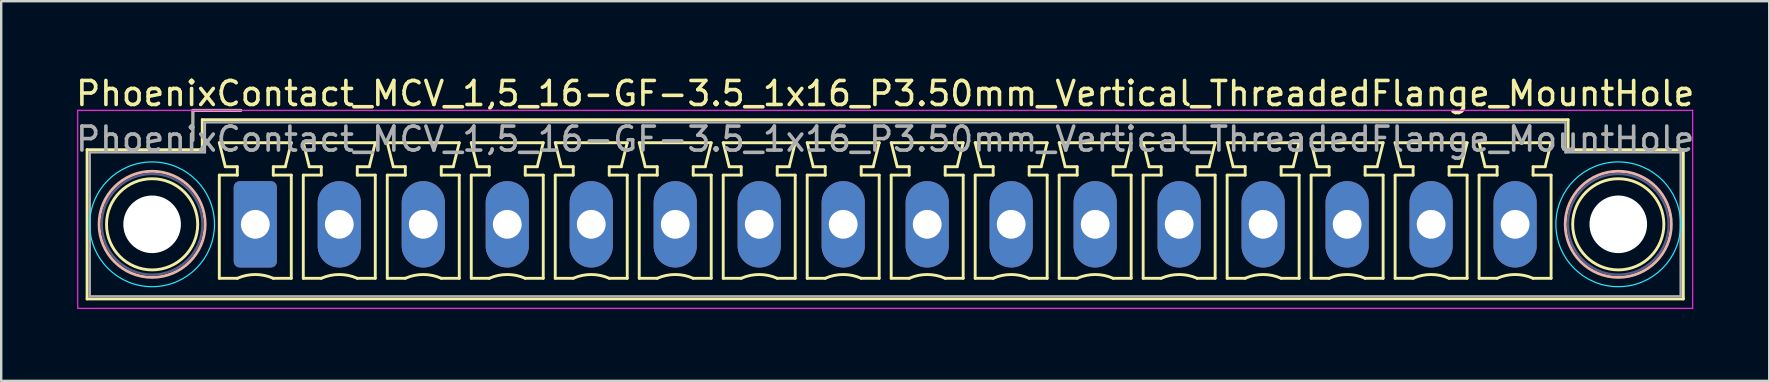
<source format=kicad_pcb>
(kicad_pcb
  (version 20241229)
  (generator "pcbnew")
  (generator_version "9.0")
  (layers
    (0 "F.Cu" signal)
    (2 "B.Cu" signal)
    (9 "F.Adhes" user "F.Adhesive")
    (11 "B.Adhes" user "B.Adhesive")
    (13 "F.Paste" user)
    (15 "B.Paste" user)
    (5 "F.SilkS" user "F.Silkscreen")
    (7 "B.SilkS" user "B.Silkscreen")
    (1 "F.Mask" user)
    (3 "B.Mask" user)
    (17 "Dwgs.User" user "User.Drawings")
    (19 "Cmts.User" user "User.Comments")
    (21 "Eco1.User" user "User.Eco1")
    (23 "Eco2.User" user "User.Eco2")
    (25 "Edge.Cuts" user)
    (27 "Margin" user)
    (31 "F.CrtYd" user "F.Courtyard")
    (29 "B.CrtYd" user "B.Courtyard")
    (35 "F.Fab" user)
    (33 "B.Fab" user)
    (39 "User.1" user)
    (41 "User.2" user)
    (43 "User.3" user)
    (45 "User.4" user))
  (footprint "PhoenixContact_MCV_1,5_16-GF-3.5_1x16_P3.50mm_Vertical_ThreadedFlange_MountHole"
    (layer "F.Cu")
    (at 7.589 6.298)
    (property "Reference" "PhoenixContact_MCV_1,5_16-GF-3.5_1x16_P3.50mm_Vertical_ThreadedFlange_MountHole" (at 26.25 -5.45 0) (layer "F.SilkS") (effects (font (size 1 1) (thickness 0.15))))
    (attr through_hole)
    (fp_line (start -7.01 -3.11) (end -7.01 3.11) (stroke (width 0.12) (type solid)) (layer "F.SilkS"))
    (fp_line (start -7.01 3.11) (end 59.51 3.11) (stroke (width 0.12) (type solid)) (layer "F.SilkS"))
    (fp_line (start -2.6 -4.75) (end -0.6 -4.75) (stroke (width 0.12) (type solid)) (layer "F.SilkS"))
    (fp_line (start -2.6 -3.5) (end -2.6 -4.75) (stroke (width 0.12) (type solid)) (layer "F.SilkS"))
    (fp_line (start -2.21 -4.36) (end -2.21 -3.11) (stroke (width 0.12) (type solid)) (layer "F.SilkS"))
    (fp_line (start -2.21 -3.11) (end -7.01 -3.11) (stroke (width 0.12) (type solid)) (layer "F.SilkS"))
    (fp_line (start -1.5 -3.4) (end 1.5 -3.4) (stroke (width 0.12) (type solid)) (layer "F.SilkS"))
    (fp_line (start -1.5 -2.05) (end -0.75 -2.05) (stroke (width 0.12) (type solid)) (layer "F.SilkS"))
    (fp_line (start -1.5 2.25) (end -1.5 -2.05) (stroke (width 0.12) (type solid)) (layer "F.SilkS"))
    (fp_line (start -1.25 -2.4) (end -1.5 -3.4) (stroke (width 0.12) (type solid)) (layer "F.SilkS"))
    (fp_line (start -0.75 -2.4) (end -1.25 -2.4) (stroke (width 0.12) (type solid)) (layer "F.SilkS"))
    (fp_line (start -0.75 -2.05) (end -0.75 -2.4) (stroke (width 0.12) (type solid)) (layer "F.SilkS"))
    (fp_line (start -0.75 2.25) (end -1.5 2.25) (stroke (width 0.12) (type solid)) (layer "F.SilkS"))
    (fp_line (start 0.75 -2.4) (end 0.75 -2.05) (stroke (width 0.12) (type solid)) (layer "F.SilkS"))
    (fp_line (start 0.75 -2.05) (end 1.5 -2.05) (stroke (width 0.12) (type solid)) (layer "F.SilkS"))
    (fp_line (start 1.25 -2.4) (end 0.75 -2.4) (stroke (width 0.12) (type solid)) (layer "F.SilkS"))
    (fp_line (start 1.5 -3.4) (end 1.25 -2.4) (stroke (width 0.12) (type solid)) (layer "F.SilkS"))
    (fp_line (start 1.5 -2.05) (end 1.5 2.25) (stroke (width 0.12) (type solid)) (layer "F.SilkS"))
    (fp_line (start 1.5 2.25) (end 0.75 2.25) (stroke (width 0.12) (type solid)) (layer "F.SilkS"))
    (fp_line (start 2 -3.4) (end 5 -3.4) (stroke (width 0.12) (type solid)) (layer "F.SilkS"))
    (fp_line (start 2 -2.05) (end 2.75 -2.05) (stroke (width 0.12) (type solid)) (layer "F.SilkS"))
    (fp_line (start 2 2.25) (end 2 -2.05) (stroke (width 0.12) (type solid)) (layer "F.SilkS"))
    (fp_line (start 2.25 -2.4) (end 2 -3.4) (stroke (width 0.12) (type solid)) (layer "F.SilkS"))
    (fp_line (start 2.75 -2.4) (end 2.25 -2.4) (stroke (width 0.12) (type solid)) (layer "F.SilkS"))
    (fp_line (start 2.75 -2.05) (end 2.75 -2.4) (stroke (width 0.12) (type solid)) (layer "F.SilkS"))
    (fp_line (start 2.75 2.25) (end 2 2.25) (stroke (width 0.12) (type solid)) (layer "F.SilkS"))
    (fp_line (start 4.25 -2.4) (end 4.25 -2.05) (stroke (width 0.12) (type solid)) (layer "F.SilkS"))
    (fp_line (start 4.25 -2.05) (end 5 -2.05) (stroke (width 0.12) (type solid)) (layer "F.SilkS"))
    (fp_line (start 4.75 -2.4) (end 4.25 -2.4) (stroke (width 0.12) (type solid)) (layer "F.SilkS"))
    (fp_line (start 5 -3.4) (end 4.75 -2.4) (stroke (width 0.12) (type solid)) (layer "F.SilkS"))
    (fp_line (start 5 -2.05) (end 5 2.25) (stroke (width 0.12) (type solid)) (layer "F.SilkS"))
    (fp_line (start 5 2.25) (end 4.25 2.25) (stroke (width 0.12) (type solid)) (layer "F.SilkS"))
    (fp_line (start 5.5 -3.4) (end 8.5 -3.4) (stroke (width 0.12) (type solid)) (layer "F.SilkS"))
    (fp_line (start 5.5 -2.05) (end 6.25 -2.05) (stroke (width 0.12) (type solid)) (layer "F.SilkS"))
    (fp_line (start 5.5 2.25) (end 5.5 -2.05) (stroke (width 0.12) (type solid)) (layer "F.SilkS"))
    (fp_line (start 5.75 -2.4) (end 5.5 -3.4) (stroke (width 0.12) (type solid)) (layer "F.SilkS"))
    (fp_line (start 6.25 -2.4) (end 5.75 -2.4) (stroke (width 0.12) (type solid)) (layer "F.SilkS"))
    (fp_line (start 6.25 -2.05) (end 6.25 -2.4) (stroke (width 0.12) (type solid)) (layer "F.SilkS"))
    (fp_line (start 6.25 2.25) (end 5.5 2.25) (stroke (width 0.12) (type solid)) (layer "F.SilkS"))
    (fp_line (start 7.75 -2.4) (end 7.75 -2.05) (stroke (width 0.12) (type solid)) (layer "F.SilkS"))
    (fp_line (start 7.75 -2.05) (end 8.5 -2.05) (stroke (width 0.12) (type solid)) (layer "F.SilkS"))
    (fp_line (start 8.25 -2.4) (end 7.75 -2.4) (stroke (width 0.12) (type solid)) (layer "F.SilkS"))
    (fp_line (start 8.5 -3.4) (end 8.25 -2.4) (stroke (width 0.12) (type solid)) (layer "F.SilkS"))
    (fp_line (start 8.5 -2.05) (end 8.5 2.25) (stroke (width 0.12) (type solid)) (layer "F.SilkS"))
    (fp_line (start 8.5 2.25) (end 7.75 2.25) (stroke (width 0.12) (type solid)) (layer "F.SilkS"))
    (fp_line (start 9 -3.4) (end 12 -3.4) (stroke (width 0.12) (type solid)) (layer "F.SilkS"))
    (fp_line (start 9 -2.05) (end 9.75 -2.05) (stroke (width 0.12) (type solid)) (layer "F.SilkS"))
    (fp_line (start 9 2.25) (end 9 -2.05) (stroke (width 0.12) (type solid)) (layer "F.SilkS"))
    (fp_line (start 9.25 -2.4) (end 9 -3.4) (stroke (width 0.12) (type solid)) (layer "F.SilkS"))
    (fp_line (start 9.75 -2.4) (end 9.25 -2.4) (stroke (width 0.12) (type solid)) (layer "F.SilkS"))
    (fp_line (start 9.75 -2.05) (end 9.75 -2.4) (stroke (width 0.12) (type solid)) (layer "F.SilkS"))
    (fp_line (start 9.75 2.25) (end 9 2.25) (stroke (width 0.12) (type solid)) (layer "F.SilkS"))
    (fp_line (start 11.25 -2.4) (end 11.25 -2.05) (stroke (width 0.12) (type solid)) (layer "F.SilkS"))
    (fp_line (start 11.25 -2.05) (end 12 -2.05) (stroke (width 0.12) (type solid)) (layer "F.SilkS"))
    (fp_line (start 11.75 -2.4) (end 11.25 -2.4) (stroke (width 0.12) (type solid)) (layer "F.SilkS"))
    (fp_line (start 12 -3.4) (end 11.75 -2.4) (stroke (width 0.12) (type solid)) (layer "F.SilkS"))
    (fp_line (start 12 -2.05) (end 12 2.25) (stroke (width 0.12) (type solid)) (layer "F.SilkS"))
    (fp_line (start 12 2.25) (end 11.25 2.25) (stroke (width 0.12) (type solid)) (layer "F.SilkS"))
    (fp_line (start 12.5 -3.4) (end 15.5 -3.4) (stroke (width 0.12) (type solid)) (layer "F.SilkS"))
    (fp_line (start 12.5 -2.05) (end 13.25 -2.05) (stroke (width 0.12) (type solid)) (layer "F.SilkS"))
    (fp_line (start 12.5 2.25) (end 12.5 -2.05) (stroke (width 0.12) (type solid)) (layer "F.SilkS"))
    (fp_line (start 12.75 -2.4) (end 12.5 -3.4) (stroke (width 0.12) (type solid)) (layer "F.SilkS"))
    (fp_line (start 13.25 -2.4) (end 12.75 -2.4) (stroke (width 0.12) (type solid)) (layer "F.SilkS"))
    (fp_line (start 13.25 -2.05) (end 13.25 -2.4) (stroke (width 0.12) (type solid)) (layer "F.SilkS"))
    (fp_line (start 13.25 2.25) (end 12.5 2.25) (stroke (width 0.12) (type solid)) (layer "F.SilkS"))
    (fp_line (start 14.75 -2.4) (end 14.75 -2.05) (stroke (width 0.12) (type solid)) (layer "F.SilkS"))
    (fp_line (start 14.75 -2.05) (end 15.5 -2.05) (stroke (width 0.12) (type solid)) (layer "F.SilkS"))
    (fp_line (start 15.25 -2.4) (end 14.75 -2.4) (stroke (width 0.12) (type solid)) (layer "F.SilkS"))
    (fp_line (start 15.5 -3.4) (end 15.25 -2.4) (stroke (width 0.12) (type solid)) (layer "F.SilkS"))
    (fp_line (start 15.5 -2.05) (end 15.5 2.25) (stroke (width 0.12) (type solid)) (layer "F.SilkS"))
    (fp_line (start 15.5 2.25) (end 14.75 2.25) (stroke (width 0.12) (type solid)) (layer "F.SilkS"))
    (fp_line (start 16 -3.4) (end 19 -3.4) (stroke (width 0.12) (type solid)) (layer "F.SilkS"))
    (fp_line (start 16 -2.05) (end 16.75 -2.05) (stroke (width 0.12) (type solid)) (layer "F.SilkS"))
    (fp_line (start 16 2.25) (end 16 -2.05) (stroke (width 0.12) (type solid)) (layer "F.SilkS"))
    (fp_line (start 16.25 -2.4) (end 16 -3.4) (stroke (width 0.12) (type solid)) (layer "F.SilkS"))
    (fp_line (start 16.75 -2.4) (end 16.25 -2.4) (stroke (width 0.12) (type solid)) (layer "F.SilkS"))
    (fp_line (start 16.75 -2.05) (end 16.75 -2.4) (stroke (width 0.12) (type solid)) (layer "F.SilkS"))
    (fp_line (start 16.75 2.25) (end 16 2.25) (stroke (width 0.12) (type solid)) (layer "F.SilkS"))
    (fp_line (start 18.25 -2.4) (end 18.25 -2.05) (stroke (width 0.12) (type solid)) (layer "F.SilkS"))
    (fp_line (start 18.25 -2.05) (end 19 -2.05) (stroke (width 0.12) (type solid)) (layer "F.SilkS"))
    (fp_line (start 18.75 -2.4) (end 18.25 -2.4) (stroke (width 0.12) (type solid)) (layer "F.SilkS"))
    (fp_line (start 19 -3.4) (end 18.75 -2.4) (stroke (width 0.12) (type solid)) (layer "F.SilkS"))
    (fp_line (start 19 -2.05) (end 19 2.25) (stroke (width 0.12) (type solid)) (layer "F.SilkS"))
    (fp_line (start 19 2.25) (end 18.25 2.25) (stroke (width 0.12) (type solid)) (layer "F.SilkS"))
    (fp_line (start 19.5 -3.4) (end 22.5 -3.4) (stroke (width 0.12) (type solid)) (layer "F.SilkS"))
    (fp_line (start 19.5 -2.05) (end 20.25 -2.05) (stroke (width 0.12) (type solid)) (layer "F.SilkS"))
    (fp_line (start 19.5 2.25) (end 19.5 -2.05) (stroke (width 0.12) (type solid)) (layer "F.SilkS"))
    (fp_line (start 19.75 -2.4) (end 19.5 -3.4) (stroke (width 0.12) (type solid)) (layer "F.SilkS"))
    (fp_line (start 20.25 -2.4) (end 19.75 -2.4) (stroke (width 0.12) (type solid)) (layer "F.SilkS"))
    (fp_line (start 20.25 -2.05) (end 20.25 -2.4) (stroke (width 0.12) (type solid)) (layer "F.SilkS"))
    (fp_line (start 20.25 2.25) (end 19.5 2.25) (stroke (width 0.12) (type solid)) (layer "F.SilkS"))
    (fp_line (start 21.75 -2.4) (end 21.75 -2.05) (stroke (width 0.12) (type solid)) (layer "F.SilkS"))
    (fp_line (start 21.75 -2.05) (end 22.5 -2.05) (stroke (width 0.12) (type solid)) (layer "F.SilkS"))
    (fp_line (start 22.25 -2.4) (end 21.75 -2.4) (stroke (width 0.12) (type solid)) (layer "F.SilkS"))
    (fp_line (start 22.5 -3.4) (end 22.25 -2.4) (stroke (width 0.12) (type solid)) (layer "F.SilkS"))
    (fp_line (start 22.5 -2.05) (end 22.5 2.25) (stroke (width 0.12) (type solid)) (layer "F.SilkS"))
    (fp_line (start 22.5 2.25) (end 21.75 2.25) (stroke (width 0.12) (type solid)) (layer "F.SilkS"))
    (fp_line (start 23 -3.4) (end 26 -3.4) (stroke (width 0.12) (type solid)) (layer "F.SilkS"))
    (fp_line (start 23 -2.05) (end 23.75 -2.05) (stroke (width 0.12) (type solid)) (layer "F.SilkS"))
    (fp_line (start 23 2.25) (end 23 -2.05) (stroke (width 0.12) (type solid)) (layer "F.SilkS"))
    (fp_line (start 23.25 -2.4) (end 23 -3.4) (stroke (width 0.12) (type solid)) (layer "F.SilkS"))
    (fp_line (start 23.75 -2.4) (end 23.25 -2.4) (stroke (width 0.12) (type solid)) (layer "F.SilkS"))
    (fp_line (start 23.75 -2.05) (end 23.75 -2.4) (stroke (width 0.12) (type solid)) (layer "F.SilkS"))
    (fp_line (start 23.75 2.25) (end 23 2.25) (stroke (width 0.12) (type solid)) (layer "F.SilkS"))
    (fp_line (start 25.25 -2.4) (end 25.25 -2.05) (stroke (width 0.12) (type solid)) (layer "F.SilkS"))
    (fp_line (start 25.25 -2.05) (end 26 -2.05) (stroke (width 0.12) (type solid)) (layer "F.SilkS"))
    (fp_line (start 25.75 -2.4) (end 25.25 -2.4) (stroke (width 0.12) (type solid)) (layer "F.SilkS"))
    (fp_line (start 26 -3.4) (end 25.75 -2.4) (stroke (width 0.12) (type solid)) (layer "F.SilkS"))
    (fp_line (start 26 -2.05) (end 26 2.25) (stroke (width 0.12) (type solid)) (layer "F.SilkS"))
    (fp_line (start 26 2.25) (end 25.25 2.25) (stroke (width 0.12) (type solid)) (layer "F.SilkS"))
    (fp_line (start 26.5 -3.4) (end 29.5 -3.4) (stroke (width 0.12) (type solid)) (layer "F.SilkS"))
    (fp_line (start 26.5 -2.05) (end 27.25 -2.05) (stroke (width 0.12) (type solid)) (layer "F.SilkS"))
    (fp_line (start 26.5 2.25) (end 26.5 -2.05) (stroke (width 0.12) (type solid)) (layer "F.SilkS"))
    (fp_line (start 26.75 -2.4) (end 26.5 -3.4) (stroke (width 0.12) (type solid)) (layer "F.SilkS"))
    (fp_line (start 27.25 -2.4) (end 26.75 -2.4) (stroke (width 0.12) (type solid)) (layer "F.SilkS"))
    (fp_line (start 27.25 -2.05) (end 27.25 -2.4) (stroke (width 0.12) (type solid)) (layer "F.SilkS"))
    (fp_line (start 27.25 2.25) (end 26.5 2.25) (stroke (width 0.12) (type solid)) (layer "F.SilkS"))
    (fp_line (start 28.75 -2.4) (end 28.75 -2.05) (stroke (width 0.12) (type solid)) (layer "F.SilkS"))
    (fp_line (start 28.75 -2.05) (end 29.5 -2.05) (stroke (width 0.12) (type solid)) (layer "F.SilkS"))
    (fp_line (start 29.25 -2.4) (end 28.75 -2.4) (stroke (width 0.12) (type solid)) (layer "F.SilkS"))
    (fp_line (start 29.5 -3.4) (end 29.25 -2.4) (stroke (width 0.12) (type solid)) (layer "F.SilkS"))
    (fp_line (start 29.5 -2.05) (end 29.5 2.25) (stroke (width 0.12) (type solid)) (layer "F.SilkS"))
    (fp_line (start 29.5 2.25) (end 28.75 2.25) (stroke (width 0.12) (type solid)) (layer "F.SilkS"))
    (fp_line (start 30 -3.4) (end 33 -3.4) (stroke (width 0.12) (type solid)) (layer "F.SilkS"))
    (fp_line (start 30 -2.05) (end 30.75 -2.05) (stroke (width 0.12) (type solid)) (layer "F.SilkS"))
    (fp_line (start 30 2.25) (end 30 -2.05) (stroke (width 0.12) (type solid)) (layer "F.SilkS"))
    (fp_line (start 30.25 -2.4) (end 30 -3.4) (stroke (width 0.12) (type solid)) (layer "F.SilkS"))
    (fp_line (start 30.75 -2.4) (end 30.25 -2.4) (stroke (width 0.12) (type solid)) (layer "F.SilkS"))
    (fp_line (start 30.75 -2.05) (end 30.75 -2.4) (stroke (width 0.12) (type solid)) (layer "F.SilkS"))
    (fp_line (start 30.75 2.25) (end 30 2.25) (stroke (width 0.12) (type solid)) (layer "F.SilkS"))
    (fp_line (start 32.25 -2.4) (end 32.25 -2.05) (stroke (width 0.12) (type solid)) (layer "F.SilkS"))
    (fp_line (start 32.25 -2.05) (end 33 -2.05) (stroke (width 0.12) (type solid)) (layer "F.SilkS"))
    (fp_line (start 32.75 -2.4) (end 32.25 -2.4) (stroke (width 0.12) (type solid)) (layer "F.SilkS"))
    (fp_line (start 33 -3.4) (end 32.75 -2.4) (stroke (width 0.12) (type solid)) (layer "F.SilkS"))
    (fp_line (start 33 -2.05) (end 33 2.25) (stroke (width 0.12) (type solid)) (layer "F.SilkS"))
    (fp_line (start 33 2.25) (end 32.25 2.25) (stroke (width 0.12) (type solid)) (layer "F.SilkS"))
    (fp_line (start 33.5 -3.4) (end 36.5 -3.4) (stroke (width 0.12) (type solid)) (layer "F.SilkS"))
    (fp_line (start 33.5 -2.05) (end 34.25 -2.05) (stroke (width 0.12) (type solid)) (layer "F.SilkS"))
    (fp_line (start 33.5 2.25) (end 33.5 -2.05) (stroke (width 0.12) (type solid)) (layer "F.SilkS"))
    (fp_line (start 33.75 -2.4) (end 33.5 -3.4) (stroke (width 0.12) (type solid)) (layer "F.SilkS"))
    (fp_line (start 34.25 -2.4) (end 33.75 -2.4) (stroke (width 0.12) (type solid)) (layer "F.SilkS"))
    (fp_line (start 34.25 -2.05) (end 34.25 -2.4) (stroke (width 0.12) (type solid)) (layer "F.SilkS"))
    (fp_line (start 34.25 2.25) (end 33.5 2.25) (stroke (width 0.12) (type solid)) (layer "F.SilkS"))
    (fp_line (start 35.75 -2.4) (end 35.75 -2.05) (stroke (width 0.12) (type solid)) (layer "F.SilkS"))
    (fp_line (start 35.75 -2.05) (end 36.5 -2.05) (stroke (width 0.12) (type solid)) (layer "F.SilkS"))
    (fp_line (start 36.25 -2.4) (end 35.75 -2.4) (stroke (width 0.12) (type solid)) (layer "F.SilkS"))
    (fp_line (start 36.5 -3.4) (end 36.25 -2.4) (stroke (width 0.12) (type solid)) (layer "F.SilkS"))
    (fp_line (start 36.5 -2.05) (end 36.5 2.25) (stroke (width 0.12) (type solid)) (layer "F.SilkS"))
    (fp_line (start 36.5 2.25) (end 35.75 2.25) (stroke (width 0.12) (type solid)) (layer "F.SilkS"))
    (fp_line (start 37 -3.4) (end 40 -3.4) (stroke (width 0.12) (type solid)) (layer "F.SilkS"))
    (fp_line (start 37 -2.05) (end 37.75 -2.05) (stroke (width 0.12) (type solid)) (layer "F.SilkS"))
    (fp_line (start 37 2.25) (end 37 -2.05) (stroke (width 0.12) (type solid)) (layer "F.SilkS"))
    (fp_line (start 37.25 -2.4) (end 37 -3.4) (stroke (width 0.12) (type solid)) (layer "F.SilkS"))
    (fp_line (start 37.75 -2.4) (end 37.25 -2.4) (stroke (width 0.12) (type solid)) (layer "F.SilkS"))
    (fp_line (start 37.75 -2.05) (end 37.75 -2.4) (stroke (width 0.12) (type solid)) (layer "F.SilkS"))
    (fp_line (start 37.75 2.25) (end 37 2.25) (stroke (width 0.12) (type solid)) (layer "F.SilkS"))
    (fp_line (start 39.25 -2.4) (end 39.25 -2.05) (stroke (width 0.12) (type solid)) (layer "F.SilkS"))
    (fp_line (start 39.25 -2.05) (end 40 -2.05) (stroke (width 0.12) (type solid)) (layer "F.SilkS"))
    (fp_line (start 39.75 -2.4) (end 39.25 -2.4) (stroke (width 0.12) (type solid)) (layer "F.SilkS"))
    (fp_line (start 40 -3.4) (end 39.75 -2.4) (stroke (width 0.12) (type solid)) (layer "F.SilkS"))
    (fp_line (start 40 -2.05) (end 40 2.25) (stroke (width 0.12) (type solid)) (layer "F.SilkS"))
    (fp_line (start 40 2.25) (end 39.25 2.25) (stroke (width 0.12) (type solid)) (layer "F.SilkS"))
    (fp_line (start 40.5 -3.4) (end 43.5 -3.4) (stroke (width 0.12) (type solid)) (layer "F.SilkS"))
    (fp_line (start 40.5 -2.05) (end 41.25 -2.05) (stroke (width 0.12) (type solid)) (layer "F.SilkS"))
    (fp_line (start 40.5 2.25) (end 40.5 -2.05) (stroke (width 0.12) (type solid)) (layer "F.SilkS"))
    (fp_line (start 40.75 -2.4) (end 40.5 -3.4) (stroke (width 0.12) (type solid)) (layer "F.SilkS"))
    (fp_line (start 41.25 -2.4) (end 40.75 -2.4) (stroke (width 0.12) (type solid)) (layer "F.SilkS"))
    (fp_line (start 41.25 -2.05) (end 41.25 -2.4) (stroke (width 0.12) (type solid)) (layer "F.SilkS"))
    (fp_line (start 41.25 2.25) (end 40.5 2.25) (stroke (width 0.12) (type solid)) (layer "F.SilkS"))
    (fp_line (start 42.75 -2.4) (end 42.75 -2.05) (stroke (width 0.12) (type solid)) (layer "F.SilkS"))
    (fp_line (start 42.75 -2.05) (end 43.5 -2.05) (stroke (width 0.12) (type solid)) (layer "F.SilkS"))
    (fp_line (start 43.25 -2.4) (end 42.75 -2.4) (stroke (width 0.12) (type solid)) (layer "F.SilkS"))
    (fp_line (start 43.5 -3.4) (end 43.25 -2.4) (stroke (width 0.12) (type solid)) (layer "F.SilkS"))
    (fp_line (start 43.5 -2.05) (end 43.5 2.25) (stroke (width 0.12) (type solid)) (layer "F.SilkS"))
    (fp_line (start 43.5 2.25) (end 42.75 2.25) (stroke (width 0.12) (type solid)) (layer "F.SilkS"))
    (fp_line (start 44 -3.4) (end 47 -3.4) (stroke (width 0.12) (type solid)) (layer "F.SilkS"))
    (fp_line (start 44 -2.05) (end 44.75 -2.05) (stroke (width 0.12) (type solid)) (layer "F.SilkS"))
    (fp_line (start 44 2.25) (end 44 -2.05) (stroke (width 0.12) (type solid)) (layer "F.SilkS"))
    (fp_line (start 44.25 -2.4) (end 44 -3.4) (stroke (width 0.12) (type solid)) (layer "F.SilkS"))
    (fp_line (start 44.75 -2.4) (end 44.25 -2.4) (stroke (width 0.12) (type solid)) (layer "F.SilkS"))
    (fp_line (start 44.75 -2.05) (end 44.75 -2.4) (stroke (width 0.12) (type solid)) (layer "F.SilkS"))
    (fp_line (start 44.75 2.25) (end 44 2.25) (stroke (width 0.12) (type solid)) (layer "F.SilkS"))
    (fp_line (start 46.25 -2.4) (end 46.25 -2.05) (stroke (width 0.12) (type solid)) (layer "F.SilkS"))
    (fp_line (start 46.25 -2.05) (end 47 -2.05) (stroke (width 0.12) (type solid)) (layer "F.SilkS"))
    (fp_line (start 46.75 -2.4) (end 46.25 -2.4) (stroke (width 0.12) (type solid)) (layer "F.SilkS"))
    (fp_line (start 47 -3.4) (end 46.75 -2.4) (stroke (width 0.12) (type solid)) (layer "F.SilkS"))
    (fp_line (start 47 -2.05) (end 47 2.25) (stroke (width 0.12) (type solid)) (layer "F.SilkS"))
    (fp_line (start 47 2.25) (end 46.25 2.25) (stroke (width 0.12) (type solid)) (layer "F.SilkS"))
    (fp_line (start 47.5 -3.4) (end 50.5 -3.4) (stroke (width 0.12) (type solid)) (layer "F.SilkS"))
    (fp_line (start 47.5 -2.05) (end 48.25 -2.05) (stroke (width 0.12) (type solid)) (layer "F.SilkS"))
    (fp_line (start 47.5 2.25) (end 47.5 -2.05) (stroke (width 0.12) (type solid)) (layer "F.SilkS"))
    (fp_line (start 47.75 -2.4) (end 47.5 -3.4) (stroke (width 0.12) (type solid)) (layer "F.SilkS"))
    (fp_line (start 48.25 -2.4) (end 47.75 -2.4) (stroke (width 0.12) (type solid)) (layer "F.SilkS"))
    (fp_line (start 48.25 -2.05) (end 48.25 -2.4) (stroke (width 0.12) (type solid)) (layer "F.SilkS"))
    (fp_line (start 48.25 2.25) (end 47.5 2.25) (stroke (width 0.12) (type solid)) (layer "F.SilkS"))
    (fp_line (start 49.75 -2.4) (end 49.75 -2.05) (stroke (width 0.12) (type solid)) (layer "F.SilkS"))
    (fp_line (start 49.75 -2.05) (end 50.5 -2.05) (stroke (width 0.12) (type solid)) (layer "F.SilkS"))
    (fp_line (start 50.25 -2.4) (end 49.75 -2.4) (stroke (width 0.12) (type solid)) (layer "F.SilkS"))
    (fp_line (start 50.5 -3.4) (end 50.25 -2.4) (stroke (width 0.12) (type solid)) (layer "F.SilkS"))
    (fp_line (start 50.5 -2.05) (end 50.5 2.25) (stroke (width 0.12) (type solid)) (layer "F.SilkS"))
    (fp_line (start 50.5 2.25) (end 49.75 2.25) (stroke (width 0.12) (type solid)) (layer "F.SilkS"))
    (fp_line (start 51 -3.4) (end 54 -3.4) (stroke (width 0.12) (type solid)) (layer "F.SilkS"))
    (fp_line (start 51 -2.05) (end 51.75 -2.05) (stroke (width 0.12) (type solid)) (layer "F.SilkS"))
    (fp_line (start 51 2.25) (end 51 -2.05) (stroke (width 0.12) (type solid)) (layer "F.SilkS"))
    (fp_line (start 51.25 -2.4) (end 51 -3.4) (stroke (width 0.12) (type solid)) (layer "F.SilkS"))
    (fp_line (start 51.75 -2.4) (end 51.25 -2.4) (stroke (width 0.12) (type solid)) (layer "F.SilkS"))
    (fp_line (start 51.75 -2.05) (end 51.75 -2.4) (stroke (width 0.12) (type solid)) (layer "F.SilkS"))
    (fp_line (start 51.75 2.25) (end 51 2.25) (stroke (width 0.12) (type solid)) (layer "F.SilkS"))
    (fp_line (start 53.25 -2.4) (end 53.25 -2.05) (stroke (width 0.12) (type solid)) (layer "F.SilkS"))
    (fp_line (start 53.25 -2.05) (end 54 -2.05) (stroke (width 0.12) (type solid)) (layer "F.SilkS"))
    (fp_line (start 53.75 -2.4) (end 53.25 -2.4) (stroke (width 0.12) (type solid)) (layer "F.SilkS"))
    (fp_line (start 54 -3.4) (end 53.75 -2.4) (stroke (width 0.12) (type solid)) (layer "F.SilkS"))
    (fp_line (start 54 -2.05) (end 54 2.25) (stroke (width 0.12) (type solid)) (layer "F.SilkS"))
    (fp_line (start 54 2.25) (end 53.25 2.25) (stroke (width 0.12) (type solid)) (layer "F.SilkS"))
    (fp_line (start 54.71 -4.36) (end -2.21 -4.36) (stroke (width 0.12) (type solid)) (layer "F.SilkS"))
    (fp_line (start 54.71 -3.11) (end 54.71 -4.36) (stroke (width 0.12) (type solid)) (layer "F.SilkS"))
    (fp_line (start 59.51 -3.11) (end 54.71 -3.11) (stroke (width 0.12) (type solid)) (layer "F.SilkS"))
    (fp_line (start 59.51 3.11) (end 59.51 -3.11) (stroke (width 0.12) (type solid)) (layer "F.SilkS"))
    (fp_arc (start -0.75 2.25) (mid -0.000193 2.09191) (end 0.749647 2.249844) (stroke (width 0.12) (type solid)) (layer "F.SilkS"))
    (fp_arc (start 2.75 2.25) (mid 3.499807 2.09191) (end 4.249647 2.249844) (stroke (width 0.12) (type solid)) (layer "F.SilkS"))
    (fp_arc (start 6.25 2.25) (mid 6.999807 2.09191) (end 7.749647 2.249844) (stroke (width 0.12) (type solid)) (layer "F.SilkS"))
    (fp_arc (start 9.75 2.25) (mid 10.499807 2.09191) (end 11.249647 2.249844) (stroke (width 0.12) (type solid)) (layer "F.SilkS"))
    (fp_arc (start 13.25 2.25) (mid 13.999807 2.09191) (end 14.749647 2.249844) (stroke (width 0.12) (type solid)) (layer "F.SilkS"))
    (fp_arc (start 16.75 2.25) (mid 17.499807 2.09191) (end 18.249647 2.249844) (stroke (width 0.12) (type solid)) (layer "F.SilkS"))
    (fp_arc (start 20.25 2.25) (mid 20.999807 2.09191) (end 21.749647 2.249844) (stroke (width 0.12) (type solid)) (layer "F.SilkS"))
    (fp_arc (start 23.75 2.25) (mid 24.499807 2.09191) (end 25.249647 2.249844) (stroke (width 0.12) (type solid)) (layer "F.SilkS"))
    (fp_arc (start 27.25 2.25) (mid 27.999807 2.09191) (end 28.749647 2.249844) (stroke (width 0.12) (type solid)) (layer "F.SilkS"))
    (fp_arc (start 30.75 2.25) (mid 31.499807 2.09191) (end 32.249647 2.249844) (stroke (width 0.12) (type solid)) (layer "F.SilkS"))
    (fp_arc (start 34.25 2.25) (mid 34.999807 2.09191) (end 35.749647 2.249844) (stroke (width 0.12) (type solid)) (layer "F.SilkS"))
    (fp_arc (start 37.75 2.25) (mid 38.499807 2.09191) (end 39.249647 2.249844) (stroke (width 0.12) (type solid)) (layer "F.SilkS"))
    (fp_arc (start 41.25 2.25) (mid 41.999807 2.09191) (end 42.749647 2.249844) (stroke (width 0.12) (type solid)) (layer "F.SilkS"))
    (fp_arc (start 44.75 2.25) (mid 45.499807 2.09191) (end 46.249647 2.249844) (stroke (width 0.12) (type solid)) (layer "F.SilkS"))
    (fp_arc (start 48.25 2.25) (mid 48.999807 2.09191) (end 49.749647 2.249844) (stroke (width 0.12) (type solid)) (layer "F.SilkS"))
    (fp_arc (start 51.75 2.25) (mid 52.499807 2.09191) (end 53.249647 2.249844) (stroke (width 0.12) (type solid)) (layer "F.SilkS"))
    (fp_circle (center -4.3 0) (end -2.4 0) (stroke (width 0.12) (type solid)) (fill no) (layer "F.SilkS"))
    (fp_circle (center 56.8 0) (end 58.7 0) (stroke (width 0.12) (type solid)) (fill no) (layer "F.SilkS"))
    (fp_circle (center -4.3 0) (end -2.09 0) (stroke (width 0.12) (type solid)) (fill no) (layer "B.SilkS"))
    (fp_circle (center 56.8 0) (end 59.01 0) (stroke (width 0.12) (type solid)) (fill no) (layer "B.SilkS"))
    (fp_circle (center -4.3 0) (end -1.7 0) (stroke (width 0.05) (type solid)) (fill no) (layer "B.CrtYd"))
    (fp_circle (center 56.8 0) (end 59.4 0) (stroke (width 0.05) (type solid)) (fill no) (layer "B.CrtYd"))
    (fp_line (start -7.4 -4.75) (end -7.4 3.5) (stroke (width 0.05) (type solid)) (layer "F.CrtYd"))
    (fp_line (start -7.4 3.5) (end 59.9 3.5) (stroke (width 0.05) (type solid)) (layer "F.CrtYd"))
    (fp_line (start 59.9 -4.75) (end -7.4 -4.75) (stroke (width 0.05) (type solid)) (layer "F.CrtYd"))
    (fp_line (start 59.9 3.5) (end 59.9 -4.75) (stroke (width 0.05) (type solid)) (layer "F.CrtYd"))
    (fp_circle (center -4.3 0) (end -2.2 0) (stroke (width 0.1) (type solid)) (fill no) (layer "B.Fab"))
    (fp_circle (center 56.8 0) (end 58.9 0) (stroke (width 0.1) (type solid)) (fill no) (layer "B.Fab"))
    (fp_line (start -6.9 -3) (end -6.9 3) (stroke (width 0.1) (type solid)) (layer "F.Fab"))
    (fp_line (start -6.9 3) (end 59.4 3) (stroke (width 0.1) (type solid)) (layer "F.Fab"))
    (fp_line (start -2.6 -4.75) (end -0.6 -4.75) (stroke (width 0.1) (type solid)) (layer "F.Fab"))
    (fp_line (start -2.6 -3.5) (end -2.6 -4.75) (stroke (width 0.1) (type solid)) (layer "F.Fab"))
    (fp_line (start -2.1 -4.25) (end -2.1 -3) (stroke (width 0.1) (type solid)) (layer "F.Fab"))
    (fp_line (start -2.1 -3) (end -6.9 -3) (stroke (width 0.1) (type solid)) (layer "F.Fab"))
    (fp_line (start 54.6 -4.25) (end -2.1 -4.25) (stroke (width 0.1) (type solid)) (layer "F.Fab"))
    (fp_line (start 54.6 -3) (end 54.6 -4.25) (stroke (width 0.1) (type solid)) (layer "F.Fab"))
    (fp_line (start 59.4 -3) (end 54.6 -3) (stroke (width 0.1) (type solid)) (layer "F.Fab"))
    (fp_line (start 59.4 3) (end 59.4 -3) (stroke (width 0.1) (type solid)) (layer "F.Fab"))
    (fp_text user "${REFERENCE}" (at 26.25 -3.55 0) (layer "F.Fab") (effects (font (size 1 1) (thickness 0.15))))
    (pad "" np_thru_hole circle (at -4.3 0) (size 2.4 2.4) (drill 2.4) (layers "*.Cu" "*.Mask"))
    (pad "" np_thru_hole circle (at 56.8 0) (size 2.4 2.4) (drill 2.4) (layers "*.Cu" "*.Mask"))
    (pad "1" thru_hole roundrect (at 0 0) (size 1.8 3.6) (drill 1.2) (layers "*.Cu" "*.Mask") (roundrect_rratio 0.139))
    (pad "2" thru_hole oval (at 3.5 0) (size 1.8 3.6) (drill 1.2) (layers "*.Cu" "*.Mask"))
    (pad "3" thru_hole oval (at 7 0) (size 1.8 3.6) (drill 1.2) (layers "*.Cu" "*.Mask"))
    (pad "4" thru_hole oval (at 10.5 0) (size 1.8 3.6) (drill 1.2) (layers "*.Cu" "*.Mask"))
    (pad "5" thru_hole oval (at 14 0) (size 1.8 3.6) (drill 1.2) (layers "*.Cu" "*.Mask"))
    (pad "6" thru_hole oval (at 17.5 0) (size 1.8 3.6) (drill 1.2) (layers "*.Cu" "*.Mask"))
    (pad "7" thru_hole oval (at 21 0) (size 1.8 3.6) (drill 1.2) (layers "*.Cu" "*.Mask"))
    (pad "8" thru_hole oval (at 24.5 0) (size 1.8 3.6) (drill 1.2) (layers "*.Cu" "*.Mask"))
    (pad "9" thru_hole oval (at 28 0) (size 1.8 3.6) (drill 1.2) (layers "*.Cu" "*.Mask"))
    (pad "10" thru_hole oval (at 31.5 0) (size 1.8 3.6) (drill 1.2) (layers "*.Cu" "*.Mask"))
    (pad "11" thru_hole oval (at 35 0) (size 1.8 3.6) (drill 1.2) (layers "*.Cu" "*.Mask"))
    (pad "12" thru_hole oval (at 38.5 0) (size 1.8 3.6) (drill 1.2) (layers "*.Cu" "*.Mask"))
    (pad "13" thru_hole oval (at 42 0) (size 1.8 3.6) (drill 1.2) (layers "*.Cu" "*.Mask"))
    (pad "14" thru_hole oval (at 45.5 0) (size 1.8 3.6) (drill 1.2) (layers "*.Cu" "*.Mask"))
    (pad "15" thru_hole oval (at 49 0) (size 1.8 3.6) (drill 1.2) (layers "*.Cu" "*.Mask"))
    (pad "16" thru_hole oval (at 52.5 0) (size 1.8 3.6) (drill 1.2) (layers "*.Cu" "*.Mask")))
  (gr_rect
    (start -3 -3)
    (end 70.679 12.823)
    (stroke (width 0.1) (type default))
    (fill no)
    (layer "Edge.Cuts")))
</source>
